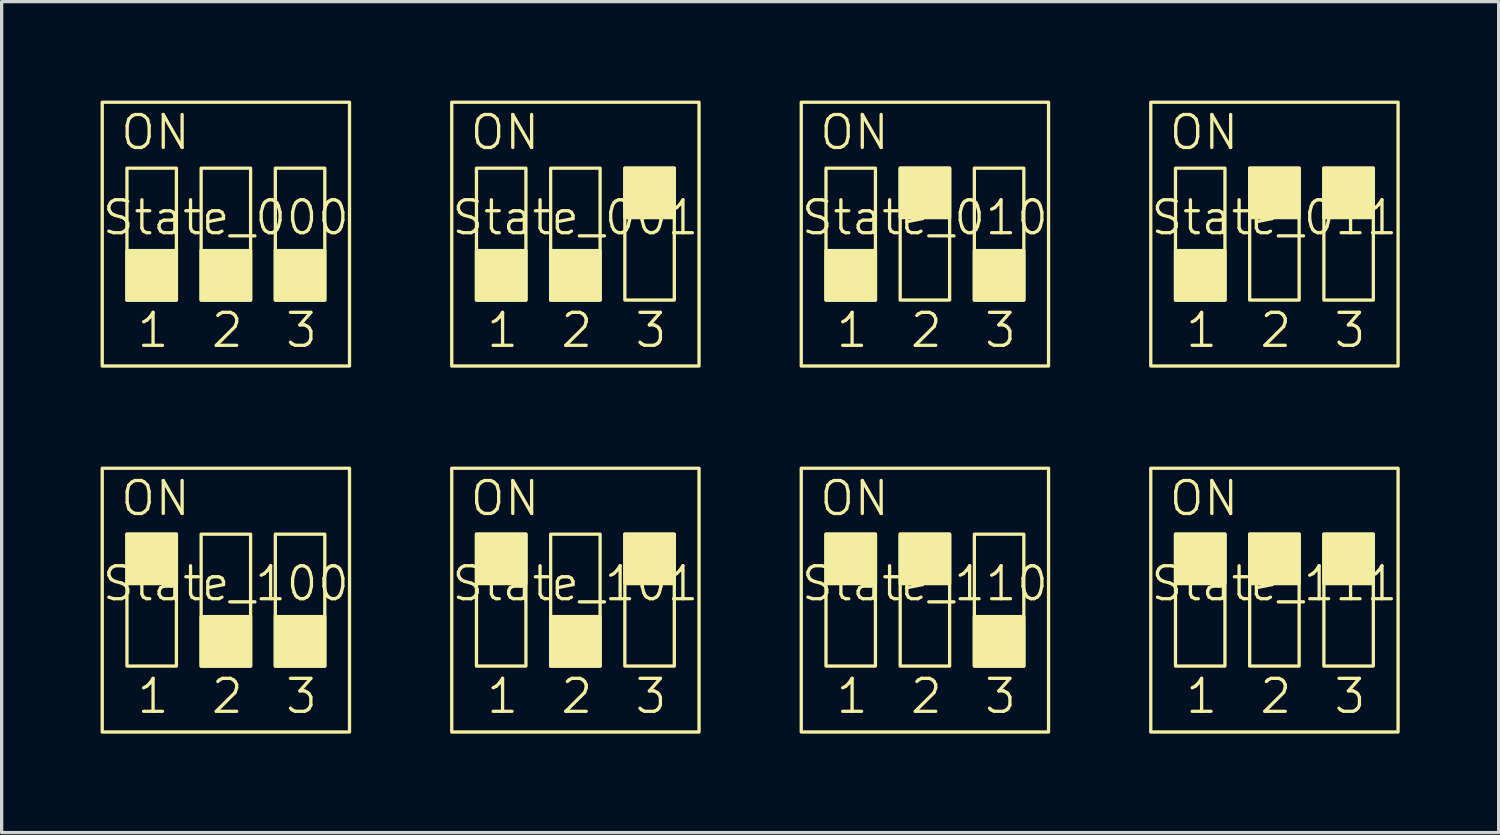
<source format=kicad_pcb>
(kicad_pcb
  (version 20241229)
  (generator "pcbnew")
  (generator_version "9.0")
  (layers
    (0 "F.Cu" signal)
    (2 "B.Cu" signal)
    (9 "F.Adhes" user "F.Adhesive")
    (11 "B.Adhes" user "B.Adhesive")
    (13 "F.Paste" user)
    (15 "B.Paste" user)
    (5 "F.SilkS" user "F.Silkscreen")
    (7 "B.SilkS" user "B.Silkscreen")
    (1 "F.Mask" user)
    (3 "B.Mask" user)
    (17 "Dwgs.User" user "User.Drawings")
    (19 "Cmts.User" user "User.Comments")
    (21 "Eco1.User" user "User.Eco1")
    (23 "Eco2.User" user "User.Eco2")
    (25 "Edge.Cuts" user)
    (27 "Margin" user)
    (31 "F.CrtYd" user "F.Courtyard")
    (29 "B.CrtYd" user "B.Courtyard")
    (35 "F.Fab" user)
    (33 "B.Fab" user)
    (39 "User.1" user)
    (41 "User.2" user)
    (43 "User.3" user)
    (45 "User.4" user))
  (footprint "State_000"
    (layer "F.Cu")
    (at 3.8 4.05)
    (property "Reference" "State_000" (at 0 -0.5 0) (unlocked yes) (layer "F.SilkS") (effects (font (size 1 1) (thickness 0.1))))
    (attr smd)
    (fp_rect (start -3.75 -4) (end 3.75 4) (stroke (width 0.1) (type default)) (fill no) (layer "F.SilkS"))
    (fp_rect (start -3 -2) (end -1.5 2) (stroke (width 0.1) (type default)) (fill no) (layer "F.SilkS"))
    (fp_rect (start -3 0.5) (end -1.5 2) (stroke (width 0.1) (type solid)) (fill yes) (layer "F.SilkS"))
    (fp_rect (start -0.75 -2) (end 0.75 2) (stroke (width 0.1) (type default)) (fill no) (layer "F.SilkS"))
    (fp_rect (start -0.75 0.5) (end 0.75 2) (stroke (width 0.1) (type solid)) (fill yes) (layer "F.SilkS"))
    (fp_rect (start 1.5 -2) (end 3 2) (stroke (width 0.1) (type default)) (fill no) (layer "F.SilkS"))
    (fp_rect (start 1.5 0.5) (end 3 2) (stroke (width 0.1) (type solid)) (fill yes) (layer "F.SilkS"))
    (fp_text user "1" (at -2.75 3.5 0) (unlocked yes) (layer "F.SilkS") (effects (font (size 1 1) (thickness 0.1)) (justify left bottom)))
    (fp_text user "ON" (at -3.25 -2.5 0) (unlocked yes) (layer "F.SilkS") (effects (font (size 1 1) (thickness 0.1)) (justify left bottom)))
    (fp_text user "3" (at 1.75 3.5 0) (unlocked yes) (layer "F.SilkS") (effects (font (size 1 1) (thickness 0.1)) (justify left bottom)))
    (fp_text user "2" (at -0.5 3.5 0) (unlocked yes) (layer "F.SilkS") (effects (font (size 1 1) (thickness 0.1)) (justify left bottom))))
  (footprint "State_111"
    (layer "F.Cu")
    (at 35.6 15.15)
    (property "Reference" "State_111" (at 0 -0.5 0) (unlocked yes) (layer "F.SilkS") (effects (font (size 1 1) (thickness 0.1))))
    (attr smd)
    (fp_rect (start -3.75 -4) (end 3.75 4) (stroke (width 0.1) (type default)) (fill no) (layer "F.SilkS"))
    (fp_rect (start -3 -2) (end -1.5 -0.5) (stroke (width 0.1) (type solid)) (fill yes) (layer "F.SilkS"))
    (fp_rect (start -3 -2) (end -1.5 2) (stroke (width 0.1) (type default)) (fill no) (layer "F.SilkS"))
    (fp_rect (start -0.75 -2) (end 0.75 -0.5) (stroke (width 0.1) (type solid)) (fill yes) (layer "F.SilkS"))
    (fp_rect (start -0.75 -2) (end 0.75 2) (stroke (width 0.1) (type default)) (fill no) (layer "F.SilkS"))
    (fp_rect (start 1.5 -2) (end 3 -0.5) (stroke (width 0.1) (type solid)) (fill yes) (layer "F.SilkS"))
    (fp_rect (start 1.5 -2) (end 3 2) (stroke (width 0.1) (type default)) (fill no) (layer "F.SilkS"))
    (fp_text user "1" (at -2.75 3.5 0) (unlocked yes) (layer "F.SilkS") (effects (font (size 1 1) (thickness 0.1)) (justify left bottom)))
    (fp_text user "3" (at 1.75 3.5 0) (unlocked yes) (layer "F.SilkS") (effects (font (size 1 1) (thickness 0.1)) (justify left bottom)))
    (fp_text user "2" (at -0.5 3.5 0) (unlocked yes) (layer "F.SilkS") (effects (font (size 1 1) (thickness 0.1)) (justify left bottom)))
    (fp_text user "ON" (at -3.25 -2.5 0) (unlocked yes) (layer "F.SilkS") (effects (font (size 1 1) (thickness 0.1)) (justify left bottom))))
  (footprint "State_001"
    (layer "F.Cu")
    (at 14.4 4.05)
    (property "Reference" "State_001" (at 0 -0.5 0) (unlocked yes) (layer "F.SilkS") (effects (font (size 1 1) (thickness 0.1))))
    (attr smd)
    (fp_rect (start -3.75 -4) (end 3.75 4) (stroke (width 0.1) (type default)) (fill no) (layer "F.SilkS"))
    (fp_rect (start -3 -2) (end -1.5 2) (stroke (width 0.1) (type default)) (fill no) (layer "F.SilkS"))
    (fp_rect (start -3 0.5) (end -1.5 2) (stroke (width 0.1) (type solid)) (fill yes) (layer "F.SilkS"))
    (fp_rect (start -0.75 -2) (end 0.75 2) (stroke (width 0.1) (type default)) (fill no) (layer "F.SilkS"))
    (fp_rect (start -0.75 0.5) (end 0.75 2) (stroke (width 0.1) (type solid)) (fill yes) (layer "F.SilkS"))
    (fp_rect (start 1.5 -2) (end 3 -0.5) (stroke (width 0.1) (type solid)) (fill yes) (layer "F.SilkS"))
    (fp_rect (start 1.5 -2) (end 3 2) (stroke (width 0.1) (type default)) (fill no) (layer "F.SilkS"))
    (fp_text user "ON" (at -3.25 -2.5 0) (unlocked yes) (layer "F.SilkS") (effects (font (size 1 1) (thickness 0.1)) (justify left bottom)))
    (fp_text user "1" (at -2.75 3.5 0) (unlocked yes) (layer "F.SilkS") (effects (font (size 1 1) (thickness 0.1)) (justify left bottom)))
    (fp_text user "3" (at 1.75 3.5 0) (unlocked yes) (layer "F.SilkS") (effects (font (size 1 1) (thickness 0.1)) (justify left bottom)))
    (fp_text user "2" (at -0.5 3.5 0) (unlocked yes) (layer "F.SilkS") (effects (font (size 1 1) (thickness 0.1)) (justify left bottom))))
  (footprint "State_101"
    (layer "F.Cu")
    (at 14.4 15.15)
    (property "Reference" "State_101" (at 0 -0.5 0) (unlocked yes) (layer "F.SilkS") (effects (font (size 1 1) (thickness 0.1))))
    (attr smd)
    (fp_rect (start -3.75 -4) (end 3.75 4) (stroke (width 0.1) (type default)) (fill no) (layer "F.SilkS"))
    (fp_rect (start -3 -2) (end -1.5 -0.5) (stroke (width 0.1) (type solid)) (fill yes) (layer "F.SilkS"))
    (fp_rect (start -3 -2) (end -1.5 2) (stroke (width 0.1) (type default)) (fill no) (layer "F.SilkS"))
    (fp_rect (start -0.75 -2) (end 0.75 2) (stroke (width 0.1) (type default)) (fill no) (layer "F.SilkS"))
    (fp_rect (start -0.75 0.5) (end 0.75 2) (stroke (width 0.1) (type solid)) (fill yes) (layer "F.SilkS"))
    (fp_rect (start 1.5 -2) (end 3 -0.5) (stroke (width 0.1) (type solid)) (fill yes) (layer "F.SilkS"))
    (fp_rect (start 1.5 -2) (end 3 2) (stroke (width 0.1) (type default)) (fill no) (layer "F.SilkS"))
    (fp_text user "3" (at 1.75 3.5 0) (unlocked yes) (layer "F.SilkS") (effects (font (size 1 1) (thickness 0.1)) (justify left bottom)))
    (fp_text user "ON" (at -3.25 -2.5 0) (unlocked yes) (layer "F.SilkS") (effects (font (size 1 1) (thickness 0.1)) (justify left bottom)))
    (fp_text user "1" (at -2.75 3.5 0) (unlocked yes) (layer "F.SilkS") (effects (font (size 1 1) (thickness 0.1)) (justify left bottom)))
    (fp_text user "2" (at -0.5 3.5 0) (unlocked yes) (layer "F.SilkS") (effects (font (size 1 1) (thickness 0.1)) (justify left bottom))))
  (footprint "State_100"
    (layer "F.Cu")
    (at 3.8 15.15)
    (property "Reference" "State_100" (at 0 -0.5 0) (unlocked yes) (layer "F.SilkS") (effects (font (size 1 1) (thickness 0.1))))
    (attr smd)
    (fp_rect (start -3.75 -4) (end 3.75 4) (stroke (width 0.1) (type default)) (fill no) (layer "F.SilkS"))
    (fp_rect (start -3 -2) (end -1.5 -0.5) (stroke (width 0.1) (type solid)) (fill yes) (layer "F.SilkS"))
    (fp_rect (start -3 -2) (end -1.5 2) (stroke (width 0.1) (type default)) (fill no) (layer "F.SilkS"))
    (fp_rect (start -0.75 -2) (end 0.75 2) (stroke (width 0.1) (type default)) (fill no) (layer "F.SilkS"))
    (fp_rect (start -0.75 0.5) (end 0.75 2) (stroke (width 0.1) (type solid)) (fill yes) (layer "F.SilkS"))
    (fp_rect (start 1.5 -2) (end 3 2) (stroke (width 0.1) (type default)) (fill no) (layer "F.SilkS"))
    (fp_rect (start 1.5 0.5) (end 3 2) (stroke (width 0.1) (type solid)) (fill yes) (layer "F.SilkS"))
    (fp_text user "1" (at -2.75 3.5 0) (unlocked yes) (layer "F.SilkS") (effects (font (size 1 1) (thickness 0.1)) (justify left bottom)))
    (fp_text user "2" (at -0.5 3.5 0) (unlocked yes) (layer "F.SilkS") (effects (font (size 1 1) (thickness 0.1)) (justify left bottom)))
    (fp_text user "3" (at 1.75 3.5 0) (unlocked yes) (layer "F.SilkS") (effects (font (size 1 1) (thickness 0.1)) (justify left bottom)))
    (fp_text user "ON" (at -3.25 -2.5 0) (unlocked yes) (layer "F.SilkS") (effects (font (size 1 1) (thickness 0.1)) (justify left bottom))))
  (footprint "State_011"
    (layer "F.Cu")
    (at 35.6 4.05)
    (property "Reference" "State_011" (at 0 -0.5 0) (unlocked yes) (layer "F.SilkS") (effects (font (size 1 1) (thickness 0.1))))
    (attr smd)
    (fp_rect (start -3.75 -4) (end 3.75 4) (stroke (width 0.1) (type default)) (fill no) (layer "F.SilkS"))
    (fp_rect (start -3 -2) (end -1.5 2) (stroke (width 0.1) (type default)) (fill no) (layer "F.SilkS"))
    (fp_rect (start -3 0.5) (end -1.5 2) (stroke (width 0.1) (type solid)) (fill yes) (layer "F.SilkS"))
    (fp_rect (start -0.75 -2) (end 0.75 -0.5) (stroke (width 0.1) (type solid)) (fill yes) (layer "F.SilkS"))
    (fp_rect (start -0.75 -2) (end 0.75 2) (stroke (width 0.1) (type default)) (fill no) (layer "F.SilkS"))
    (fp_rect (start 1.5 -2) (end 3 -0.5) (stroke (width 0.1) (type solid)) (fill yes) (layer "F.SilkS"))
    (fp_rect (start 1.5 -2) (end 3 2) (stroke (width 0.1) (type default)) (fill no) (layer "F.SilkS"))
    (fp_text user "ON" (at -3.25 -2.5 0) (unlocked yes) (layer "F.SilkS") (effects (font (size 1 1) (thickness 0.1)) (justify left bottom)))
    (fp_text user "3" (at 1.75 3.5 0) (unlocked yes) (layer "F.SilkS") (effects (font (size 1 1) (thickness 0.1)) (justify left bottom)))
    (fp_text user "2" (at -0.5 3.5 0) (unlocked yes) (layer "F.SilkS") (effects (font (size 1 1) (thickness 0.1)) (justify left bottom)))
    (fp_text user "1" (at -2.75 3.5 0) (unlocked yes) (layer "F.SilkS") (effects (font (size 1 1) (thickness 0.1)) (justify left bottom))))
  (footprint "State_010"
    (layer "F.Cu")
    (at 25 4.05)
    (property "Reference" "State_010" (at 0 -0.5 0) (unlocked yes) (layer "F.SilkS") (effects (font (size 1 1) (thickness 0.1))))
    (attr smd)
    (fp_rect (start -3.75 -4) (end 3.75 4) (stroke (width 0.1) (type default)) (fill no) (layer "F.SilkS"))
    (fp_rect (start -3 -2) (end -1.5 2) (stroke (width 0.1) (type default)) (fill no) (layer "F.SilkS"))
    (fp_rect (start -3 0.5) (end -1.5 2) (stroke (width 0.1) (type solid)) (fill yes) (layer "F.SilkS"))
    (fp_rect (start -0.75 -2) (end 0.75 -0.5) (stroke (width 0.1) (type solid)) (fill yes) (layer "F.SilkS"))
    (fp_rect (start -0.75 -2) (end 0.75 2) (stroke (width 0.1) (type default)) (fill no) (layer "F.SilkS"))
    (fp_rect (start 1.5 -2) (end 3 2) (stroke (width 0.1) (type default)) (fill no) (layer "F.SilkS"))
    (fp_rect (start 1.5 0.5) (end 3 2) (stroke (width 0.1) (type solid)) (fill yes) (layer "F.SilkS"))
    (fp_text user "1" (at -2.75 3.5 0) (unlocked yes) (layer "F.SilkS") (effects (font (size 1 1) (thickness 0.1)) (justify left bottom)))
    (fp_text user "2" (at -0.5 3.5 0) (unlocked yes) (layer "F.SilkS") (effects (font (size 1 1) (thickness 0.1)) (justify left bottom)))
    (fp_text user "ON" (at -3.25 -2.5 0) (unlocked yes) (layer "F.SilkS") (effects (font (size 1 1) (thickness 0.1)) (justify left bottom)))
    (fp_text user "3" (at 1.75 3.5 0) (unlocked yes) (layer "F.SilkS") (effects (font (size 1 1) (thickness 0.1)) (justify left bottom))))
  (footprint "State_110"
    (layer "F.Cu")
    (at 25 15.15)
    (property "Reference" "State_110" (at 0 -0.5 0) (unlocked yes) (layer "F.SilkS") (effects (font (size 1 1) (thickness 0.1))))
    (attr smd)
    (fp_rect (start -3.75 -4) (end 3.75 4) (stroke (width 0.1) (type default)) (fill no) (layer "F.SilkS"))
    (fp_rect (start -3 -2) (end -1.5 -0.5) (stroke (width 0.1) (type solid)) (fill yes) (layer "F.SilkS"))
    (fp_rect (start -3 -2) (end -1.5 2) (stroke (width 0.1) (type default)) (fill no) (layer "F.SilkS"))
    (fp_rect (start -0.75 -2) (end 0.75 -0.5) (stroke (width 0.1) (type solid)) (fill yes) (layer "F.SilkS"))
    (fp_rect (start -0.75 -2) (end 0.75 2) (stroke (width 0.1) (type default)) (fill no) (layer "F.SilkS"))
    (fp_rect (start 1.5 -2) (end 3 2) (stroke (width 0.1) (type default)) (fill no) (layer "F.SilkS"))
    (fp_rect (start 1.5 0.5) (end 3 2) (stroke (width 0.1) (type solid)) (fill yes) (layer "F.SilkS"))
    (fp_text user "2" (at -0.5 3.5 0) (unlocked yes) (layer "F.SilkS") (effects (font (size 1 1) (thickness 0.1)) (justify left bottom)))
    (fp_text user "1" (at -2.75 3.5 0) (unlocked yes) (layer "F.SilkS") (effects (font (size 1 1) (thickness 0.1)) (justify left bottom)))
    (fp_text user "3" (at 1.75 3.5 0) (unlocked yes) (layer "F.SilkS") (effects (font (size 1 1) (thickness 0.1)) (justify left bottom)))
    (fp_text user "ON" (at -3.25 -2.5 0) (unlocked yes) (layer "F.SilkS") (effects (font (size 1 1) (thickness 0.1)) (justify left bottom))))
  (gr_rect
    (start -3 -3)
    (end 42.4 22.2)
    (stroke (width 0.1) (type default))
    (fill no)
    (layer "Edge.Cuts")))
</source>
